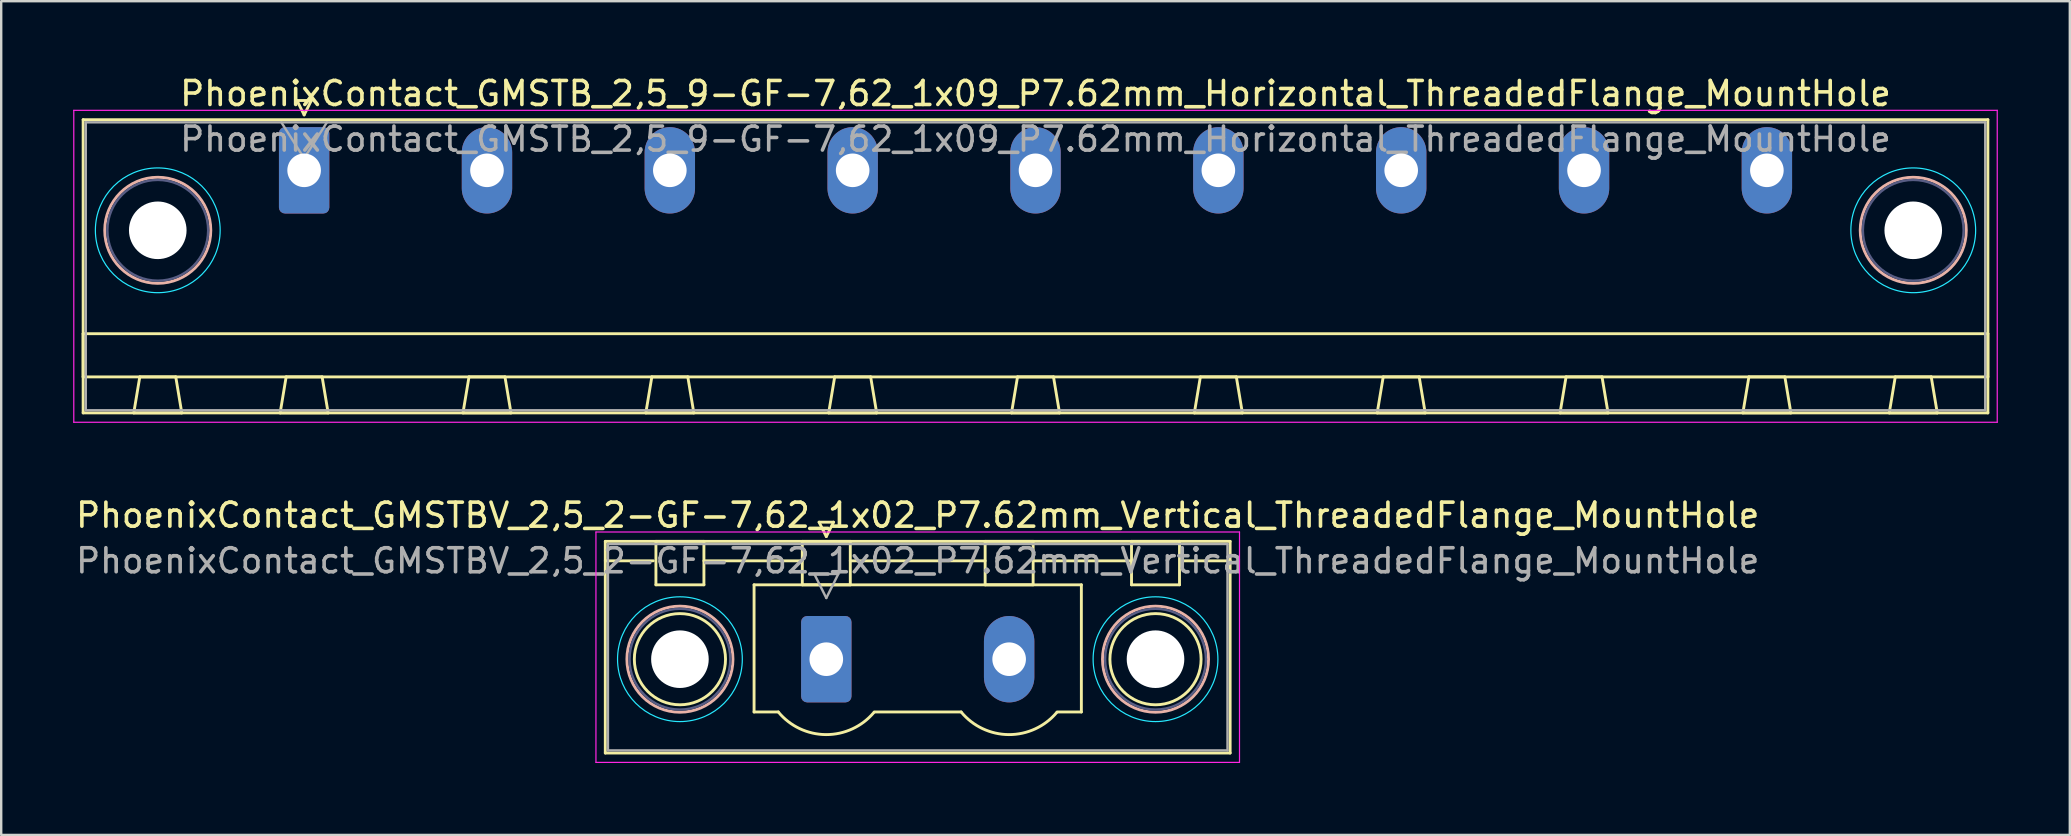
<source format=kicad_pcb>
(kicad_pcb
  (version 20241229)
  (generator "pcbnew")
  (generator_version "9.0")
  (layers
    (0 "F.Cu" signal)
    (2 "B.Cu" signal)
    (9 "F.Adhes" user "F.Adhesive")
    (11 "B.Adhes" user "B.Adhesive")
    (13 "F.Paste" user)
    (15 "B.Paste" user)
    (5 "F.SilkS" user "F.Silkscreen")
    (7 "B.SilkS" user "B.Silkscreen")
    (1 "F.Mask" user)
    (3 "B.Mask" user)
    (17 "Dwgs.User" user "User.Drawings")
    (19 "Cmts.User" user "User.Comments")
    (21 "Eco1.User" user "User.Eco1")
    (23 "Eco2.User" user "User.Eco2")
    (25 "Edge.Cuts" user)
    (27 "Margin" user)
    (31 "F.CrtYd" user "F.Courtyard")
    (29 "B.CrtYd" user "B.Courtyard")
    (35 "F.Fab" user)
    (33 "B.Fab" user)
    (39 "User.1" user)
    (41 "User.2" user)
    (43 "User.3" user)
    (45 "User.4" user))
  (footprint "PhoenixContact_GMSTBV_2,5_2-GF-7,62_1x02_P7.62mm_Vertical_ThreadedFlange_MountHole"
    (layer "F.Cu")
    (at 31.386 24.422)
    (property "Reference" "PhoenixContact_GMSTBV_2,5_2-GF-7,62_1x02_P7.62mm_Vertical_ThreadedFlange_MountHole" (at 3.81 -6 0) (layer "F.SilkS") (effects (font (size 1 1) (thickness 0.15))))
    (attr through_hole)
    (fp_line (start -9.21 -4.91) (end -9.21 3.91) (stroke (width 0.12) (type solid)) (layer "F.SilkS"))
    (fp_line (start -9.21 -4.1) (end -7.21 -4.1) (stroke (width 0.12) (type solid)) (layer "F.SilkS"))
    (fp_line (start -9.21 3.91) (end 16.83 3.91) (stroke (width 0.12) (type solid)) (layer "F.SilkS"))
    (fp_line (start -7.1 -4.91) (end -5.1 -4.91) (stroke (width 0.12) (type solid)) (layer "F.SilkS"))
    (fp_line (start -7.1 -3.1) (end -7.1 -4.91) (stroke (width 0.12) (type solid)) (layer "F.SilkS"))
    (fp_line (start -5.1 -4.91) (end -5.1 -3.1) (stroke (width 0.12) (type solid)) (layer "F.SilkS"))
    (fp_line (start -5.1 -4.1) (end -1 -4.1) (stroke (width 0.12) (type solid)) (layer "F.SilkS"))
    (fp_line (start -5.1 -3.1) (end -7.1 -3.1) (stroke (width 0.12) (type solid)) (layer "F.SilkS"))
    (fp_line (start -3.01 -3.1) (end 10.63 -3.1) (stroke (width 0.12) (type solid)) (layer "F.SilkS"))
    (fp_line (start -3.01 2.2) (end -3.01 -3.1) (stroke (width 0.12) (type solid)) (layer "F.SilkS"))
    (fp_line (start -2 2.2) (end -3.01 2.2) (stroke (width 0.12) (type solid)) (layer "F.SilkS"))
    (fp_line (start -1 -4.91) (end 1 -4.91) (stroke (width 0.12) (type solid)) (layer "F.SilkS"))
    (fp_line (start -1 -3.1) (end -1 -4.91) (stroke (width 0.12) (type solid)) (layer "F.SilkS"))
    (fp_line (start -0.3 -5.71) (end 0.3 -5.71) (stroke (width 0.12) (type solid)) (layer "F.SilkS"))
    (fp_line (start 0 -5.11) (end -0.3 -5.71) (stroke (width 0.12) (type solid)) (layer "F.SilkS"))
    (fp_line (start 0.3 -5.71) (end 0 -5.11) (stroke (width 0.12) (type solid)) (layer "F.SilkS"))
    (fp_line (start 1 -4.91) (end 1 -3.1) (stroke (width 0.12) (type solid)) (layer "F.SilkS"))
    (fp_line (start 1 -4.1) (end 6.62 -4.1) (stroke (width 0.12) (type solid)) (layer "F.SilkS"))
    (fp_line (start 1 -3.1) (end -1 -3.1) (stroke (width 0.12) (type solid)) (layer "F.SilkS"))
    (fp_line (start 2 2.2) (end 5.62 2.2) (stroke (width 0.12) (type solid)) (layer "F.SilkS"))
    (fp_line (start 6.62 -4.91) (end 8.62 -4.91) (stroke (width 0.12) (type solid)) (layer "F.SilkS"))
    (fp_line (start 6.62 -3.1) (end 6.62 -4.91) (stroke (width 0.12) (type solid)) (layer "F.SilkS"))
    (fp_line (start 8.62 -4.91) (end 8.62 -3.1) (stroke (width 0.12) (type solid)) (layer "F.SilkS"))
    (fp_line (start 8.62 -4.1) (end 12.72 -4.1) (stroke (width 0.12) (type solid)) (layer "F.SilkS"))
    (fp_line (start 8.62 -3.1) (end 6.62 -3.1) (stroke (width 0.12) (type solid)) (layer "F.SilkS"))
    (fp_line (start 10.63 -3.1) (end 10.63 2.2) (stroke (width 0.12) (type solid)) (layer "F.SilkS"))
    (fp_line (start 10.63 2.2) (end 9.62 2.2) (stroke (width 0.12) (type solid)) (layer "F.SilkS"))
    (fp_line (start 12.72 -4.91) (end 14.72 -4.91) (stroke (width 0.12) (type solid)) (layer "F.SilkS"))
    (fp_line (start 12.72 -3.1) (end 12.72 -4.91) (stroke (width 0.12) (type solid)) (layer "F.SilkS"))
    (fp_line (start 14.72 -4.91) (end 14.72 -3.1) (stroke (width 0.12) (type solid)) (layer "F.SilkS"))
    (fp_line (start 14.72 -3.1) (end 12.72 -3.1) (stroke (width 0.12) (type solid)) (layer "F.SilkS"))
    (fp_line (start 16.83 -4.91) (end -9.21 -4.91) (stroke (width 0.12) (type solid)) (layer "F.SilkS"))
    (fp_line (start 16.83 -4.1) (end 14.83 -4.1) (stroke (width 0.12) (type solid)) (layer "F.SilkS"))
    (fp_line (start 16.83 3.91) (end 16.83 -4.91) (stroke (width 0.12) (type solid)) (layer "F.SilkS"))
    (fp_arc (start 1.986842 2.215821) (mid -0.010289 3.142758) (end -2 2.2) (stroke (width 0.12) (type solid)) (layer "F.SilkS"))
    (fp_arc (start 9.606842 2.215821) (mid 7.609711 3.142758) (end 5.62 2.2) (stroke (width 0.12) (type solid)) (layer "F.SilkS"))
    (fp_circle (center -6.1 0) (end -4.2 0) (stroke (width 0.12) (type solid)) (fill no) (layer "F.SilkS"))
    (fp_circle (center 13.72 0) (end 15.62 0) (stroke (width 0.12) (type solid)) (fill no) (layer "F.SilkS"))
    (fp_circle (center -6.1 0) (end -3.89 0) (stroke (width 0.12) (type solid)) (fill no) (layer "B.SilkS"))
    (fp_circle (center 13.72 0) (end 15.93 0) (stroke (width 0.12) (type solid)) (fill no) (layer "B.SilkS"))
    (fp_circle (center -6.1 0) (end -3.5 0) (stroke (width 0.05) (type solid)) (fill no) (layer "B.CrtYd"))
    (fp_circle (center 13.72 0) (end 16.32 0) (stroke (width 0.05) (type solid)) (fill no) (layer "B.CrtYd"))
    (fp_line (start -9.6 -5.3) (end -9.6 4.3) (stroke (width 0.05) (type solid)) (layer "F.CrtYd"))
    (fp_line (start -9.6 4.3) (end 17.22 4.3) (stroke (width 0.05) (type solid)) (layer "F.CrtYd"))
    (fp_line (start 17.22 -5.3) (end -9.6 -5.3) (stroke (width 0.05) (type solid)) (layer "F.CrtYd"))
    (fp_line (start 17.22 4.3) (end 17.22 -5.3) (stroke (width 0.05) (type solid)) (layer "F.CrtYd"))
    (fp_circle (center -6.1 0) (end -4 0) (stroke (width 0.1) (type solid)) (fill no) (layer "B.Fab"))
    (fp_circle (center 13.72 0) (end 15.82 0) (stroke (width 0.1) (type solid)) (fill no) (layer "B.Fab"))
    (fp_line (start -9.1 -4.8) (end -9.1 3.8) (stroke (width 0.1) (type solid)) (layer "F.Fab"))
    (fp_line (start -9.1 3.8) (end 16.72 3.8) (stroke (width 0.1) (type solid)) (layer "F.Fab"))
    (fp_line (start -0.5 -3.55) (end 0.5 -3.55) (stroke (width 0.1) (type solid)) (layer "F.Fab"))
    (fp_line (start 0 -2.55) (end -0.5 -3.55) (stroke (width 0.1) (type solid)) (layer "F.Fab"))
    (fp_line (start 0.5 -3.55) (end 0 -2.55) (stroke (width 0.1) (type solid)) (layer "F.Fab"))
    (fp_line (start 16.72 -4.8) (end -9.1 -4.8) (stroke (width 0.1) (type solid)) (layer "F.Fab"))
    (fp_line (start 16.72 3.8) (end 16.72 -4.8) (stroke (width 0.1) (type solid)) (layer "F.Fab"))
    (fp_text user "${REFERENCE}" (at 3.81 -4.1 0) (layer "F.Fab") (effects (font (size 1 1) (thickness 0.15))))
    (pad "" np_thru_hole circle (at -6.1 0) (size 2.4 2.4) (drill 2.4) (layers "*.Cu" "*.Mask"))
    (pad "" np_thru_hole circle (at 13.72 0) (size 2.4 2.4) (drill 2.4) (layers "*.Cu" "*.Mask"))
    (pad "1" thru_hole roundrect (at 0 0) (size 2.1 3.6) (drill 1.4) (layers "*.Cu" "*.Mask") (roundrect_rratio 0.119))
    (pad "2" thru_hole oval (at 7.62 0) (size 2.1 3.6) (drill 1.4) (layers "*.Cu" "*.Mask")))
  (footprint "PhoenixContact_GMSTB_2,5_9-GF-7,62_1x09_P7.62mm_Horizontal_ThreadedFlange_MountHole"
    (layer "F.Cu")
    (at 9.625 4.048)
    (property "Reference" "PhoenixContact_GMSTB_2,5_9-GF-7,62_1x09_P7.62mm_Horizontal_ThreadedFlange_MountHole" (at 30.48 -3.2 0) (layer "F.SilkS") (effects (font (size 1 1) (thickness 0.15))))
    (attr through_hole)
    (fp_line (start -9.21 -2.11) (end -9.21 10.11) (stroke (width 0.12) (type solid)) (layer "F.SilkS"))
    (fp_line (start -9.21 6.81) (end 70.17 6.81) (stroke (width 0.12) (type solid)) (layer "F.SilkS"))
    (fp_line (start -9.21 8.61) (end -9.21 6.81) (stroke (width 0.12) (type solid)) (layer "F.SilkS"))
    (fp_line (start -9.21 10.11) (end 70.17 10.11) (stroke (width 0.12) (type solid)) (layer "F.SilkS"))
    (fp_line (start -7.1 10.11) (end -5.1 10.11) (stroke (width 0.12) (type solid)) (layer "F.SilkS"))
    (fp_line (start -6.85 8.61) (end -7.1 10.11) (stroke (width 0.12) (type solid)) (layer "F.SilkS"))
    (fp_line (start -5.35 8.61) (end -6.85 8.61) (stroke (width 0.12) (type solid)) (layer "F.SilkS"))
    (fp_line (start -5.1 10.11) (end -5.35 8.61) (stroke (width 0.12) (type solid)) (layer "F.SilkS"))
    (fp_line (start -1 10.11) (end 1 10.11) (stroke (width 0.12) (type solid)) (layer "F.SilkS"))
    (fp_line (start -0.75 8.61) (end -1 10.11) (stroke (width 0.12) (type solid)) (layer "F.SilkS"))
    (fp_line (start -0.3 -2.91) (end 0.3 -2.91) (stroke (width 0.12) (type solid)) (layer "F.SilkS"))
    (fp_line (start 0 -2.31) (end -0.3 -2.91) (stroke (width 0.12) (type solid)) (layer "F.SilkS"))
    (fp_line (start 0.3 -2.91) (end 0 -2.31) (stroke (width 0.12) (type solid)) (layer "F.SilkS"))
    (fp_line (start 0.75 8.61) (end -0.75 8.61) (stroke (width 0.12) (type solid)) (layer "F.SilkS"))
    (fp_line (start 1 10.11) (end 0.75 8.61) (stroke (width 0.12) (type solid)) (layer "F.SilkS"))
    (fp_line (start 6.62 10.11) (end 8.62 10.11) (stroke (width 0.12) (type solid)) (layer "F.SilkS"))
    (fp_line (start 6.87 8.61) (end 6.62 10.11) (stroke (width 0.12) (type solid)) (layer "F.SilkS"))
    (fp_line (start 8.37 8.61) (end 6.87 8.61) (stroke (width 0.12) (type solid)) (layer "F.SilkS"))
    (fp_line (start 8.62 10.11) (end 8.37 8.61) (stroke (width 0.12) (type solid)) (layer "F.SilkS"))
    (fp_line (start 14.24 10.11) (end 16.24 10.11) (stroke (width 0.12) (type solid)) (layer "F.SilkS"))
    (fp_line (start 14.49 8.61) (end 14.24 10.11) (stroke (width 0.12) (type solid)) (layer "F.SilkS"))
    (fp_line (start 15.99 8.61) (end 14.49 8.61) (stroke (width 0.12) (type solid)) (layer "F.SilkS"))
    (fp_line (start 16.24 10.11) (end 15.99 8.61) (stroke (width 0.12) (type solid)) (layer "F.SilkS"))
    (fp_line (start 21.86 10.11) (end 23.86 10.11) (stroke (width 0.12) (type solid)) (layer "F.SilkS"))
    (fp_line (start 22.11 8.61) (end 21.86 10.11) (stroke (width 0.12) (type solid)) (layer "F.SilkS"))
    (fp_line (start 23.61 8.61) (end 22.11 8.61) (stroke (width 0.12) (type solid)) (layer "F.SilkS"))
    (fp_line (start 23.86 10.11) (end 23.61 8.61) (stroke (width 0.12) (type solid)) (layer "F.SilkS"))
    (fp_line (start 29.48 10.11) (end 31.48 10.11) (stroke (width 0.12) (type solid)) (layer "F.SilkS"))
    (fp_line (start 29.73 8.61) (end 29.48 10.11) (stroke (width 0.12) (type solid)) (layer "F.SilkS"))
    (fp_line (start 31.23 8.61) (end 29.73 8.61) (stroke (width 0.12) (type solid)) (layer "F.SilkS"))
    (fp_line (start 31.48 10.11) (end 31.23 8.61) (stroke (width 0.12) (type solid)) (layer "F.SilkS"))
    (fp_line (start 37.1 10.11) (end 39.1 10.11) (stroke (width 0.12) (type solid)) (layer "F.SilkS"))
    (fp_line (start 37.35 8.61) (end 37.1 10.11) (stroke (width 0.12) (type solid)) (layer "F.SilkS"))
    (fp_line (start 38.85 8.61) (end 37.35 8.61) (stroke (width 0.12) (type solid)) (layer "F.SilkS"))
    (fp_line (start 39.1 10.11) (end 38.85 8.61) (stroke (width 0.12) (type solid)) (layer "F.SilkS"))
    (fp_line (start 44.72 10.11) (end 46.72 10.11) (stroke (width 0.12) (type solid)) (layer "F.SilkS"))
    (fp_line (start 44.97 8.61) (end 44.72 10.11) (stroke (width 0.12) (type solid)) (layer "F.SilkS"))
    (fp_line (start 46.47 8.61) (end 44.97 8.61) (stroke (width 0.12) (type solid)) (layer "F.SilkS"))
    (fp_line (start 46.72 10.11) (end 46.47 8.61) (stroke (width 0.12) (type solid)) (layer "F.SilkS"))
    (fp_line (start 52.34 10.11) (end 54.34 10.11) (stroke (width 0.12) (type solid)) (layer "F.SilkS"))
    (fp_line (start 52.59 8.61) (end 52.34 10.11) (stroke (width 0.12) (type solid)) (layer "F.SilkS"))
    (fp_line (start 54.09 8.61) (end 52.59 8.61) (stroke (width 0.12) (type solid)) (layer "F.SilkS"))
    (fp_line (start 54.34 10.11) (end 54.09 8.61) (stroke (width 0.12) (type solid)) (layer "F.SilkS"))
    (fp_line (start 59.96 10.11) (end 61.96 10.11) (stroke (width 0.12) (type solid)) (layer "F.SilkS"))
    (fp_line (start 60.21 8.61) (end 59.96 10.11) (stroke (width 0.12) (type solid)) (layer "F.SilkS"))
    (fp_line (start 61.71 8.61) (end 60.21 8.61) (stroke (width 0.12) (type solid)) (layer "F.SilkS"))
    (fp_line (start 61.96 10.11) (end 61.71 8.61) (stroke (width 0.12) (type solid)) (layer "F.SilkS"))
    (fp_line (start 66.06 10.11) (end 68.06 10.11) (stroke (width 0.12) (type solid)) (layer "F.SilkS"))
    (fp_line (start 66.31 8.61) (end 66.06 10.11) (stroke (width 0.12) (type solid)) (layer "F.SilkS"))
    (fp_line (start 67.81 8.61) (end 66.31 8.61) (stroke (width 0.12) (type solid)) (layer "F.SilkS"))
    (fp_line (start 68.06 10.11) (end 67.81 8.61) (stroke (width 0.12) (type solid)) (layer "F.SilkS"))
    (fp_line (start 70.17 -2.11) (end -9.21 -2.11) (stroke (width 0.12) (type solid)) (layer "F.SilkS"))
    (fp_line (start 70.17 6.81) (end 70.17 8.61) (stroke (width 0.12) (type solid)) (layer "F.SilkS"))
    (fp_line (start 70.17 8.61) (end -9.21 8.61) (stroke (width 0.12) (type solid)) (layer "F.SilkS"))
    (fp_line (start 70.17 10.11) (end 70.17 -2.11) (stroke (width 0.12) (type solid)) (layer "F.SilkS"))
    (fp_circle (center -6.1 2.5) (end -3.89 2.5) (stroke (width 0.12) (type solid)) (fill no) (layer "B.SilkS"))
    (fp_circle (center 67.06 2.5) (end 69.27 2.5) (stroke (width 0.12) (type solid)) (fill no) (layer "B.SilkS"))
    (fp_circle (center -6.1 2.5) (end -3.5 2.5) (stroke (width 0.05) (type solid)) (fill no) (layer "B.CrtYd"))
    (fp_circle (center 67.06 2.5) (end 69.66 2.5) (stroke (width 0.05) (type solid)) (fill no) (layer "B.CrtYd"))
    (fp_line (start -9.6 -2.5) (end -9.6 10.5) (stroke (width 0.05) (type solid)) (layer "F.CrtYd"))
    (fp_line (start -9.6 10.5) (end 70.56 10.5) (stroke (width 0.05) (type solid)) (layer "F.CrtYd"))
    (fp_line (start 70.56 -2.5) (end -9.6 -2.5) (stroke (width 0.05) (type solid)) (layer "F.CrtYd"))
    (fp_line (start 70.56 10.5) (end 70.56 -2.5) (stroke (width 0.05) (type solid)) (layer "F.CrtYd"))
    (fp_circle (center -6.1 2.5) (end -4 2.5) (stroke (width 0.1) (type solid)) (fill no) (layer "B.Fab"))
    (fp_circle (center 67.06 2.5) (end 69.16 2.5) (stroke (width 0.1) (type solid)) (fill no) (layer "B.Fab"))
    (fp_line (start -9.1 -2) (end -9.1 10) (stroke (width 0.1) (type solid)) (layer "F.Fab"))
    (fp_line (start -9.1 10) (end 70.06 10) (stroke (width 0.1) (type solid)) (layer "F.Fab"))
    (fp_line (start 0 -0.5) (end -0.95 -2) (stroke (width 0.1) (type solid)) (layer "F.Fab"))
    (fp_line (start 0.95 -2) (end 0 -0.5) (stroke (width 0.1) (type solid)) (layer "F.Fab"))
    (fp_line (start 70.06 -2) (end -9.1 -2) (stroke (width 0.1) (type solid)) (layer "F.Fab"))
    (fp_line (start 70.06 10) (end 70.06 -2) (stroke (width 0.1) (type solid)) (layer "F.Fab"))
    (fp_text user "${REFERENCE}" (at 30.48 -1.3 0) (layer "F.Fab") (effects (font (size 1 1) (thickness 0.15))))
    (pad "" np_thru_hole circle (at -6.1 2.5) (size 2.4 2.4) (drill 2.4) (layers "*.Cu" "*.Mask"))
    (pad "" np_thru_hole circle (at 67.06 2.5) (size 2.4 2.4) (drill 2.4) (layers "*.Cu" "*.Mask"))
    (pad "1" thru_hole roundrect (at 0 0) (size 2.1 3.6) (drill 1.4) (layers "*.Cu" "*.Mask") (roundrect_rratio 0.119))
    (pad "2" thru_hole oval (at 7.62 0) (size 2.1 3.6) (drill 1.4) (layers "*.Cu" "*.Mask"))
    (pad "3" thru_hole oval (at 15.24 0) (size 2.1 3.6) (drill 1.4) (layers "*.Cu" "*.Mask"))
    (pad "4" thru_hole oval (at 22.86 0) (size 2.1 3.6) (drill 1.4) (layers "*.Cu" "*.Mask"))
    (pad "5" thru_hole oval (at 30.48 0) (size 2.1 3.6) (drill 1.4) (layers "*.Cu" "*.Mask"))
    (pad "6" thru_hole oval (at 38.1 0) (size 2.1 3.6) (drill 1.4) (layers "*.Cu" "*.Mask"))
    (pad "7" thru_hole oval (at 45.72 0) (size 2.1 3.6) (drill 1.4) (layers "*.Cu" "*.Mask"))
    (pad "8" thru_hole oval (at 53.34 0) (size 2.1 3.6) (drill 1.4) (layers "*.Cu" "*.Mask"))
    (pad "9" thru_hole oval (at 60.96 0) (size 2.1 3.6) (drill 1.4) (layers "*.Cu" "*.Mask")))
  (gr_rect
    (start -3 -3)
    (end 83.21 31.747)
    (stroke (width 0.1) (type default))
    (fill no)
    (layer "Edge.Cuts")))
</source>
